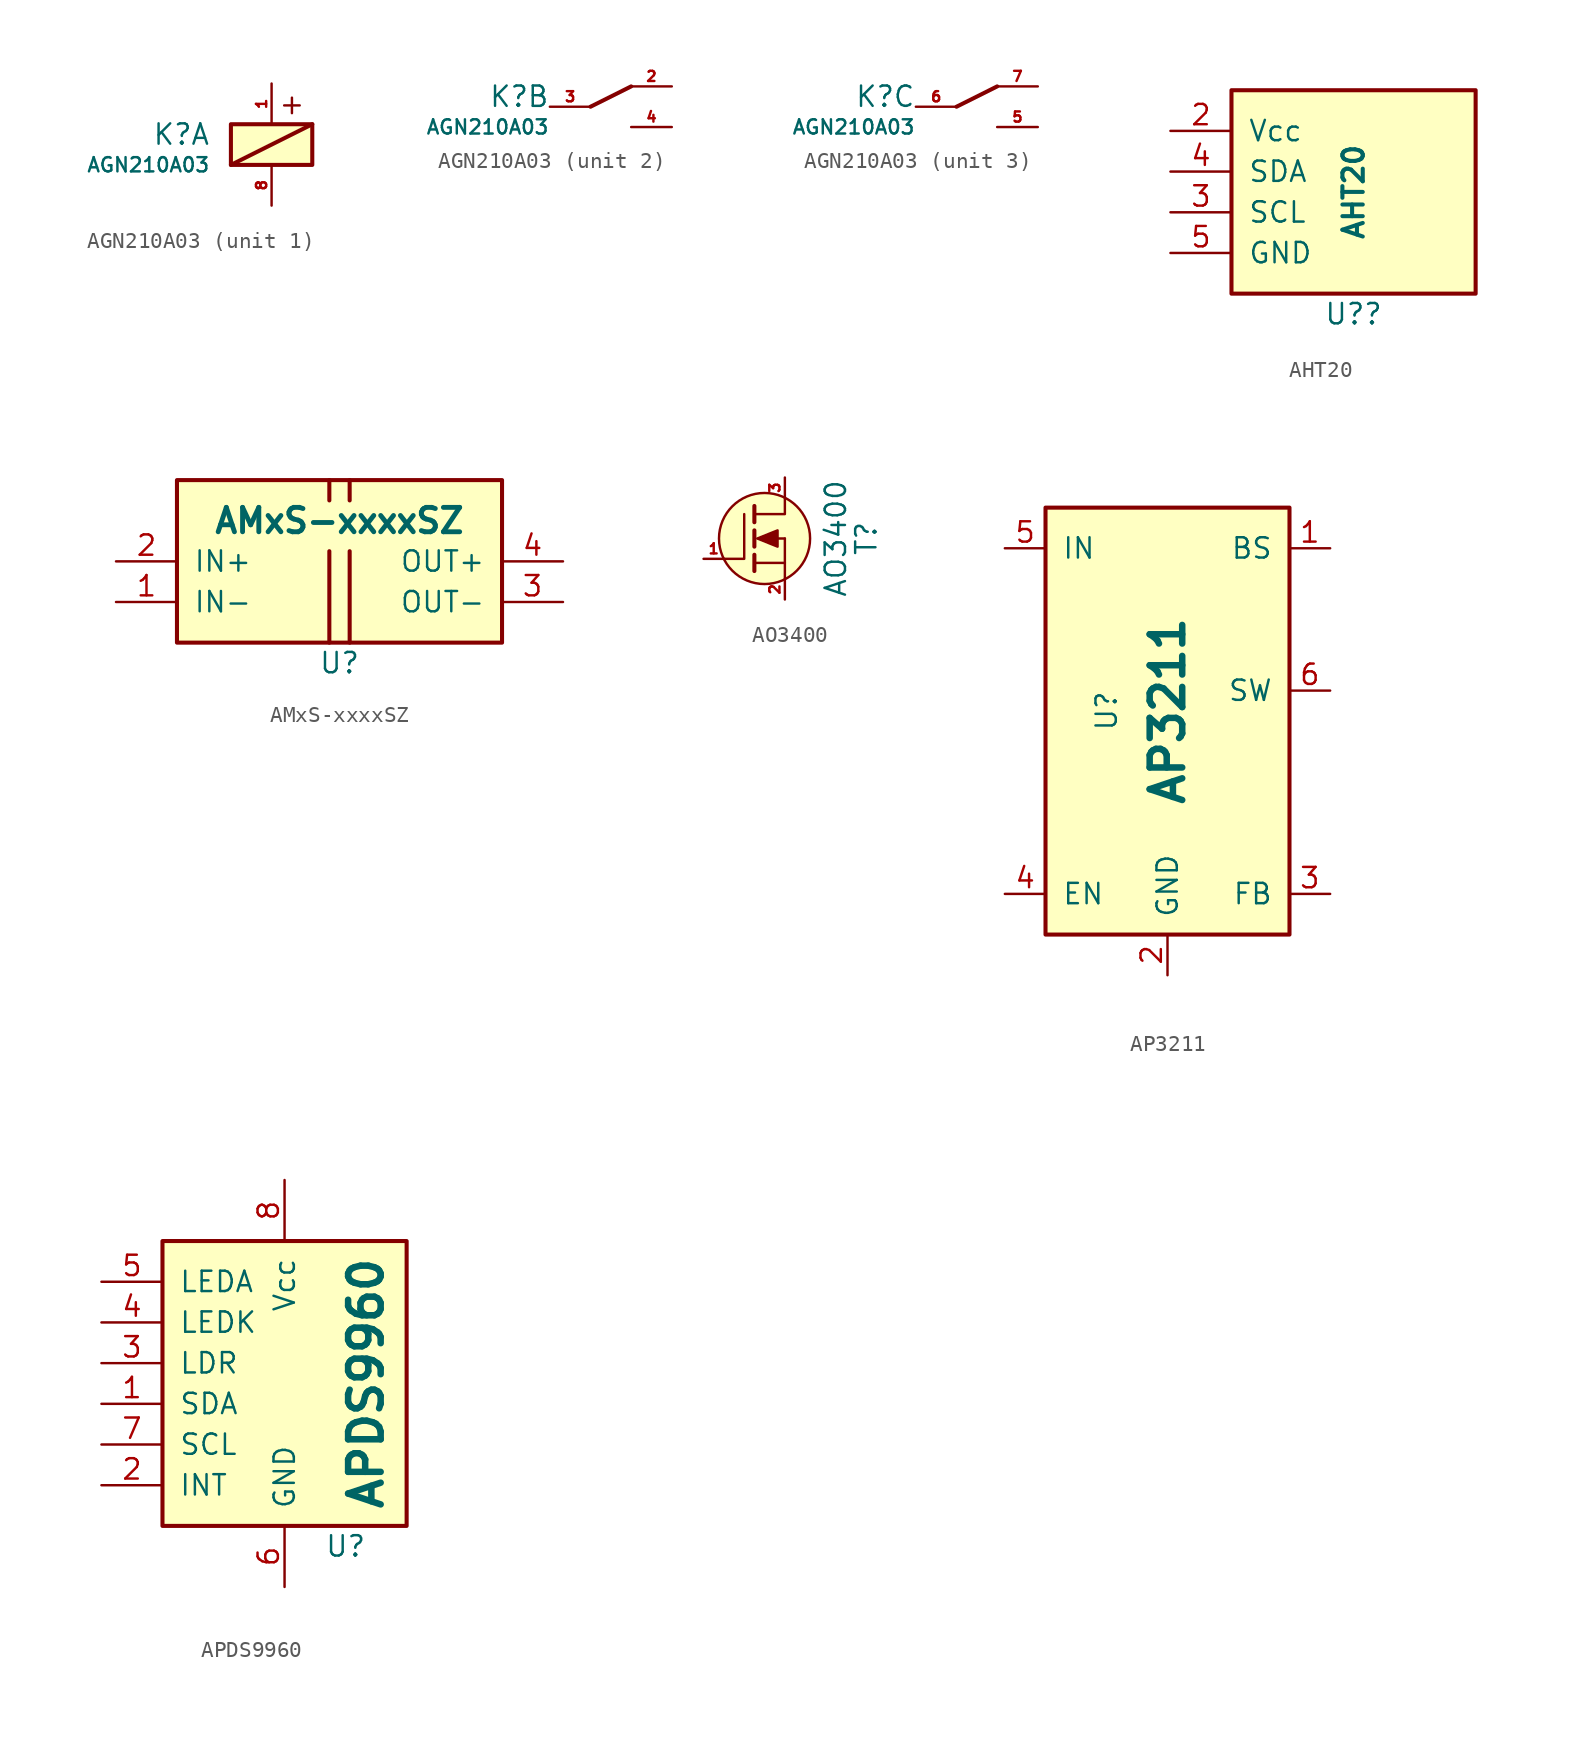
<source format=kicad_sym>
(kicad_symbol_lib
  (version 20231120)
  (generator "kicad_symbol_editor")
  (generator_version "8.0")
  (symbol "AGN210A03"
    (property "Reference" "K"
      (at -3.81 0.635 0)
      (effects (font (size 1.27 1.27)) (justify right)))
    (property "Value" "AGN210A03"
      (at -3.81 -1.27 0)
      (effects (font (size 0.889 0.889)) (justify right)))
    (property "ki_locked" ""
      (at 0 0 0)
      (effects (font (size 1.27 1.27))))
    (symbol "AGN210A03_1_1"
      (rectangle (start -2.54 1.27) (end 2.54 -1.27) (stroke (width 0.254) (type default)) (fill (type background)))
      (polyline (pts (xy 2.54 1.27) (xy -2.54 -1.27)) (stroke (width 0.254) (type default)) (fill (type none)))
      (text "+" (at 1.27 2.54 0) (effects (font (size 1.27 1.27))))
      (pin passive line (at 0 3.81 270) (length 2.54) (name "~" (effects (font (size 1.27 1.27)))) (number "1" (effects (font (size 0.635 0.635)))))
      (pin passive line (at 0 -3.81 90) (length 2.54) (name "~" (effects (font (size 1.27 1.27)))) (number "8" (effects (font (size 0.635 0.635))))))
    (symbol "AGN210A03_2_1"
      (polyline (pts (xy -1.27 0) (xy 1.27 1.27)) (stroke (width 0.254) (type default)) (fill (type none)))
      (pin passive line (at 3.81 1.27 180) (length 2.54) (name "~" (effects (font (size 1.27 1.27)))) (number "2" (effects (font (size 0.635 0.635)))))
      (pin passive line (at -3.81 0 0) (length 2.54) (name "~" (effects (font (size 1.27 1.27)))) (number "3" (effects (font (size 0.635 0.635)))))
      (pin passive line (at 3.81 -1.27 180) (length 2.54) (name "~" (effects (font (size 1.27 1.27)))) (number "4" (effects (font (size 0.635 0.635))))))
    (symbol "AGN210A03_3_1"
      (polyline (pts (xy -1.27 0) (xy 1.27 1.27)) (stroke (width 0.254) (type default)) (fill (type none)))
      (pin passive line (at 3.81 -1.27 180) (length 2.54) (name "~" (effects (font (size 1.27 1.27)))) (number "5" (effects (font (size 0.635 0.635)))))
      (pin passive line (at -3.81 0 0) (length 2.54) (name "~" (effects (font (size 1.27 1.27)))) (number "6" (effects (font (size 0.635 0.635)))))
      (pin passive line (at 3.81 1.27 180) (length 2.54) (name "~" (effects (font (size 1.27 1.27)))) (number "7" (effects (font (size 0.635 0.635)))))))
  (symbol "AHT20"
    (pin_names
      (offset 1.016))
    (property "Reference" "U?"
      (at 0 -7.62 0)
      (effects (font (size 1.27 1.27))))
    (property "Value" "AHT20"
      (at 0 0 90)
      (effects (font (size 1.27 1.27) (bold yes))))
    (symbol "AHT20_0_1"
      (rectangle (start -7.62 6.35) (end 7.62 -6.35) (stroke (width 0.254) (type default)) (fill (type background))))
    (symbol "AHT20_1_1"
      (pin passive line (at -11.43 3.81 0) (length 3.81) (name "Vcc" (effects (font (size 1.27 1.27)))) (number "2" (effects (font (size 1.27 1.27)))))
      (pin passive line (at -11.43 -1.27 0) (length 3.81) (name "SCL" (effects (font (size 1.27 1.27)))) (number "3" (effects (font (size 1.27 1.27)))))
      (pin passive line (at -11.43 1.27 0) (length 3.81) (name "SDA" (effects (font (size 1.27 1.27)))) (number "4" (effects (font (size 1.27 1.27)))))
      (pin passive line (at -11.43 -3.81 0) (length 3.81) (name "GND" (effects (font (size 1.27 1.27)))) (number "5" (effects (font (size 1.27 1.27)))))))
  (symbol "AMxS-xxxxSZ"
    (pin_names
      (offset 1.016))
    (property "Reference" "U"
      (at 0 -5.08 0)
      (effects (font (size 1.27 1.27))))
    (property "Value" "AMxS-xxxxSZ"
      (at 0 3.81 0)
      (effects (font (size 1.524 1.524) (bold yes))))
    (symbol "AMxS-xxxxSZ_0_1"
      (rectangle (start -10.16 6.35) (end 10.16 -3.81) (stroke (width 0.254) (type default)) (fill (type background)))
      (polyline (pts (xy -0.635 1.905) (xy -0.635 -3.81)) (stroke (width 0.254) (type default)) (fill (type none)))
      (polyline (pts (xy -0.635 6.35) (xy -0.635 5.08)) (stroke (width 0.254) (type default)) (fill (type none)))
      (polyline (pts (xy 0.635 1.905) (xy 0.635 -3.81)) (stroke (width 0.254) (type default)) (fill (type none)))
      (polyline (pts (xy 0.635 6.35) (xy 0.635 5.08)) (stroke (width 0.254) (type default)) (fill (type none))))
    (symbol "AMxS-xxxxSZ_1_1"
      (pin passive line (at -13.97 -1.27 0) (length 3.81) (name "IN-" (effects (font (size 1.27 1.27)))) (number "1" (effects (font (size 1.27 1.27)))))
      (pin passive line (at -13.97 1.27 0) (length 3.81) (name "IN+" (effects (font (size 1.27 1.27)))) (number "2" (effects (font (size 1.27 1.27)))))
      (pin passive line (at 13.97 -1.27 180) (length 3.81) (name "OUT-" (effects (font (size 1.27 1.27)))) (number "3" (effects (font (size 1.27 1.27)))))
      (pin passive line (at 13.97 1.27 180) (length 3.81) (name "OUT+" (effects (font (size 1.27 1.27)))) (number "4" (effects (font (size 1.27 1.27)))))))
  (symbol "AO3400"
    (pin_names
      (offset 0) hide)
    (property "Reference" "T"
      (at 6.35 0 90)
      (effects (font (size 1.27 1.27))))
    (property "Value" "AO3400"
      (at 4.445 0 90)
      (effects (font (size 1.27 1.27))))
    (property "Datasheet" ""
      (at 0 0 0)
      (effects (font (size 1.524 1.524))))
    (symbol "AO3400_0_1"
      (polyline (pts (xy -0.635 -1.016) (xy -0.635 -2.032)) (stroke (width 0.254) (type default)) (fill (type none)))
      (polyline (pts (xy -0.635 0.508) (xy -0.635 -0.508)) (stroke (width 0.254) (type default)) (fill (type none)))
      (polyline (pts (xy -0.635 1.016) (xy -0.635 2.032)) (stroke (width 0.254) (type default)) (fill (type none)))
      (polyline (pts (xy 0.635 0) (xy 1.27 0)) (stroke (width 0) (type default)) (fill (type none)))
      (polyline (pts (xy 1.27 -1.524) (xy 1.27 0)) (stroke (width 0) (type default)) (fill (type none)))
      (polyline (pts (xy -2.54 -1.27) (xy -1.27 -1.27) (xy -1.27 1.524)) (stroke (width 0) (type default)) (fill (type none)))
      (polyline (pts (xy -0.635 -1.524) (xy 1.27 -1.524) (xy 1.27 -2.54)) (stroke (width 0) (type default)) (fill (type none)))
      (polyline (pts (xy 1.27 2.54) (xy 1.27 1.524) (xy -0.635 1.524)) (stroke (width 0) (type default)) (fill (type none)))
      (polyline (pts (xy -0.457 0) (xy 0.813 0.508) (xy 0.813 -0.508) (xy -0.457 0)) (stroke (width 0) (type default)) (fill (type outline)))
      (circle (center 0 0) (radius 2.845) (stroke (width 0) (type default)) (fill (type background))))
    (symbol "AO3400_1_1"
      (pin input line (at -3.81 -1.27 0) (length 1.27) (name "G" (effects (font (size 1.016 1.016)))) (number "1" (effects (font (size 0.635 0.635)))))
      (pin passive line (at 1.27 -3.81 90) (length 1.27) (name "S" (effects (font (size 1.016 1.016)))) (number "2" (effects (font (size 0.635 0.635)))))
      (pin passive line (at 1.27 3.81 270) (length 1.27) (name "D" (effects (font (size 1.016 1.016)))) (number "3" (effects (font (size 0.635 0.635)))))))
  (symbol "AP3211"
    (pin_names
      (offset 1.016))
    (property "Reference" "U"
      (at -3.81 0 90)
      (effects (font (size 1.27 1.27))))
    (property "Value" "AP3211"
      (at 0 0 90)
      (effects (font (size 2.032 2.032) (bold yes))))
    (symbol "AP3211_0_1"
      (rectangle (start 7.62 12.7) (end -7.62 -13.97) (stroke (width 0.254) (type default)) (fill (type background))))
    (symbol "AP3211_1_1"
      (pin passive line (at 10.16 10.16 180) (length 2.54) (name "BS" (effects (font (size 1.27 1.27)))) (number "1" (effects (font (size 1.27 1.27)))))
      (pin passive line (at 0 -16.51 90) (length 2.54) (name "GND" (effects (font (size 1.27 1.27)))) (number "2" (effects (font (size 1.27 1.27)))))
      (pin passive line (at 10.16 -11.43 180) (length 2.54) (name "FB" (effects (font (size 1.27 1.27)))) (number "3" (effects (font (size 1.27 1.27)))))
      (pin passive line (at -10.16 -11.43 0) (length 2.54) (name "EN" (effects (font (size 1.27 1.27)))) (number "4" (effects (font (size 1.27 1.27)))))
      (pin passive line (at -10.16 10.16 0) (length 2.54) (name "IN" (effects (font (size 1.27 1.27)))) (number "5" (effects (font (size 1.27 1.27)))))
      (pin passive line (at 10.16 1.27 180) (length 2.54) (name "SW" (effects (font (size 1.27 1.27)))) (number "6" (effects (font (size 1.27 1.27)))))))
  (symbol "APDS9960"
    (pin_names
      (offset 1.016))
    (property "Reference" "U"
      (at 3.81 -10.16 0)
      (effects (font (size 1.27 1.27))))
    (property "Value" "APDS9960"
      (at 5.08 0 90)
      (effects (font (size 2.032 2.032) (bold yes))))
    (symbol "APDS9960_0_1"
      (rectangle (start -7.62 8.89) (end 7.62 -8.89) (stroke (width 0.254) (type default)) (fill (type background))))
    (symbol "APDS9960_1_1"
      (pin passive line (at -11.43 -1.27 0) (length 3.81) (name "SDA" (effects (font (size 1.27 1.27)))) (number "1" (effects (font (size 1.27 1.27)))))
      (pin passive line (at -11.43 -6.35 0) (length 3.81) (name "INT" (effects (font (size 1.27 1.27)))) (number "2" (effects (font (size 1.27 1.27)))))
      (pin passive line (at -11.43 1.27 0) (length 3.81) (name "LDR" (effects (font (size 1.27 1.27)))) (number "3" (effects (font (size 1.27 1.27)))))
      (pin passive line (at -11.43 3.81 0) (length 3.81) (name "LEDK" (effects (font (size 1.27 1.27)))) (number "4" (effects (font (size 1.27 1.27)))))
      (pin passive line (at -11.43 6.35 0) (length 3.81) (name "LEDA" (effects (font (size 1.27 1.27)))) (number "5" (effects (font (size 1.27 1.27)))))
      (pin passive line (at 0 -12.7 90) (length 3.81) (name "GND" (effects (font (size 1.27 1.27)))) (number "6" (effects (font (size 1.27 1.27)))))
      (pin passive line (at -11.43 -3.81 0) (length 3.81) (name "SCL" (effects (font (size 1.27 1.27)))) (number "7" (effects (font (size 1.27 1.27)))))
      (pin passive line (at 0 12.7 270) (length 3.81) (name "Vcc" (effects (font (size 1.27 1.27)))) (number "8" (effects (font (size 1.27 1.27))))))))
</source>
